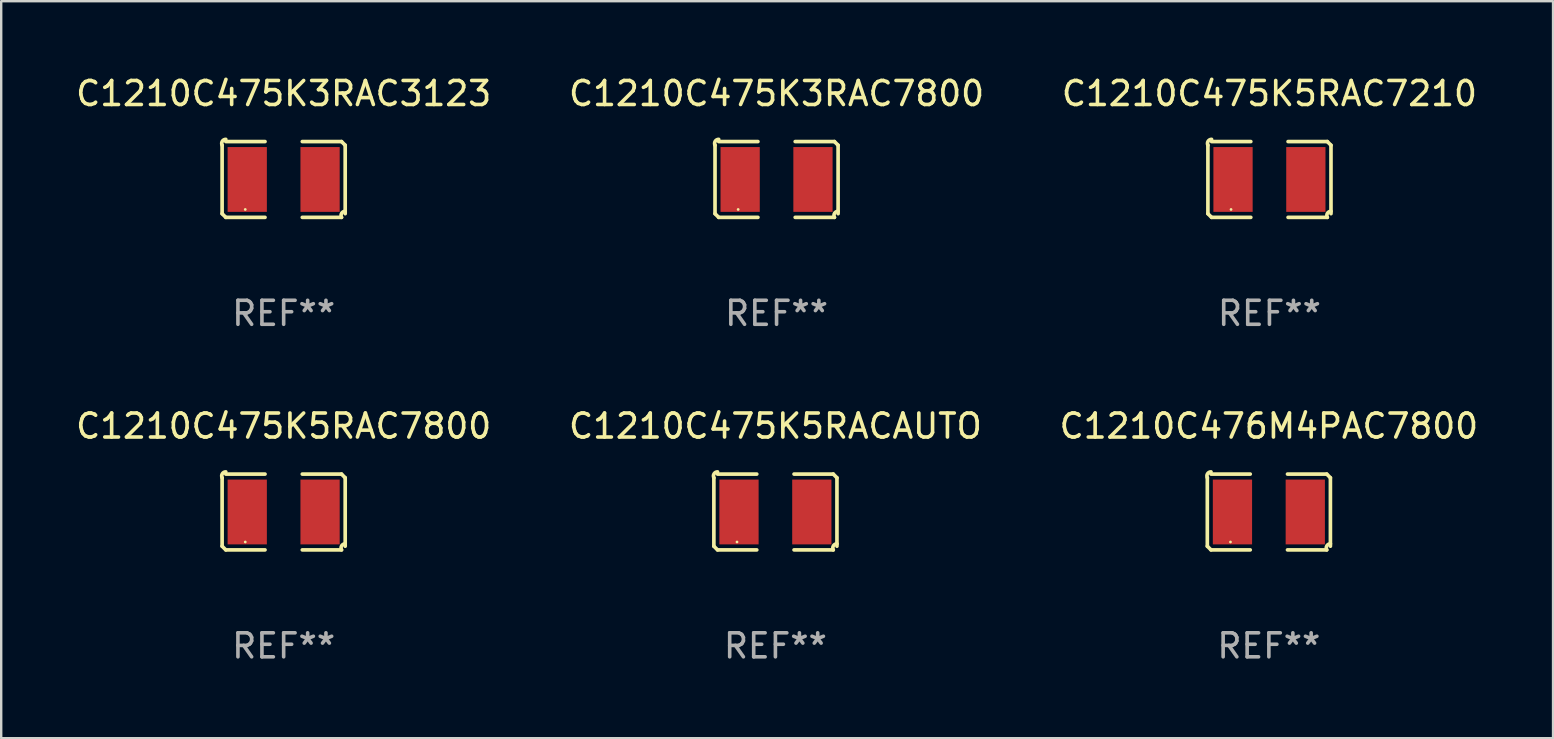
<source format=kicad_pcb>
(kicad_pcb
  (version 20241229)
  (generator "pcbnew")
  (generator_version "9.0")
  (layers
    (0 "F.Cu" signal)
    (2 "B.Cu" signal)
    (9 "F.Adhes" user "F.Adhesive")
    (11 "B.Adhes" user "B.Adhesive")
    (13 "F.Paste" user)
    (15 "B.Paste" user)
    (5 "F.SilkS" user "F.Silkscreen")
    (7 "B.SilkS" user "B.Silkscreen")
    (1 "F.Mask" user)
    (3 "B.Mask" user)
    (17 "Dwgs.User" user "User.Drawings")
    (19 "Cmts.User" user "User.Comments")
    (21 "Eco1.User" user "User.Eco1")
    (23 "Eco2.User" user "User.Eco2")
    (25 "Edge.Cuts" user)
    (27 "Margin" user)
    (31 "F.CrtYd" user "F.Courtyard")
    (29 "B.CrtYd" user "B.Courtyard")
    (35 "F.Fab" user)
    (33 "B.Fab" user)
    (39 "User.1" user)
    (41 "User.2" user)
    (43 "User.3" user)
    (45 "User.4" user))
  (footprint "C1210C475K5RACAUTO"
    (layer "F.Cu")
    (at 29.256 18.281)
    (property "Reference" "C1210C475K5RACAUTO" (at 0 -3.579 0) (layer "F.SilkS") (effects (font (size 1 1) (thickness 0.15))))
    (attr through_hole)
    (fp_line (start -2.564 1.426) (end -2.564 -1.426) (stroke (width 0.152) (type solid)) (layer "F.SilkS"))
    (fp_line (start -2.411 -1.579) (end -0.776 -1.579) (stroke (width 0.152) (type solid)) (layer "F.SilkS"))
    (fp_line (start -0.776 1.579) (end -2.411 1.579) (stroke (width 0.152) (type solid)) (layer "F.SilkS"))
    (fp_line (start 0.776 1.579) (end 2.411 1.579) (stroke (width 0.152) (type solid)) (layer "F.SilkS"))
    (fp_line (start 2.411 -1.579) (end 0.776 -1.579) (stroke (width 0.152) (type solid)) (layer "F.SilkS"))
    (fp_line (start 2.564 1.426) (end 2.564 -1.426) (stroke (width 0.152) (type solid)) (layer "F.SilkS"))
    (fp_arc (start -2.563602 -1.426213) (mid -2.555597 -1.591233) (end -2.411201 -1.671518) (stroke (width 0.1524) (type solid)) (layer "F.SilkS"))
    (fp_arc (start -2.5636 1.426214) (mid -2.487389 1.502402) (end -2.411201 1.578613) (stroke (width 0.1524) (type solid)) (layer "F.SilkS"))
    (fp_arc (start 2.411197 -1.578618) (mid 2.487403 -1.502419) (end 2.563602 -1.426213) (stroke (width 0.1524) (type solid)) (layer "F.SilkS"))
    (fp_arc (start 2.411201 1.578613) (mid 2.416214 1.409455) (end 2.563602 1.32629) (stroke (width 0.1524) (type solid)) (layer "F.SilkS"))
    (fp_circle (center -1.6 1.25) (end -1.57 1.25) (stroke (width 0.06) (type solid)) (fill no) (layer "F.SilkS"))
    (fp_text user "REF**" (at 0 5.579 0) (layer "F.Fab") (effects (font (size 1 1) (thickness 0.15))))
    (pad "1" smd rect (at -1.517 0) (size 1.635 2.7) (layers "F.Cu" "F.Mask" "F.Paste"))
    (pad "2" smd rect (at 1.517 0) (size 1.635 2.7) (layers "F.Cu" "F.Mask" "F.Paste")))
  (footprint "C1210C475K3RAC3123"
    (layer "F.Cu")
    (at 8.768 4.427)
    (property "Reference" "C1210C475K3RAC3123" (at 0 -3.579 0) (layer "F.SilkS") (effects (font (size 1 1) (thickness 0.15))))
    (attr through_hole)
    (fp_line (start -2.564 1.426) (end -2.564 -1.426) (stroke (width 0.152) (type solid)) (layer "F.SilkS"))
    (fp_line (start -2.411 -1.579) (end -0.776 -1.579) (stroke (width 0.152) (type solid)) (layer "F.SilkS"))
    (fp_line (start -0.776 1.579) (end -2.411 1.579) (stroke (width 0.152) (type solid)) (layer "F.SilkS"))
    (fp_line (start 0.776 1.579) (end 2.411 1.579) (stroke (width 0.152) (type solid)) (layer "F.SilkS"))
    (fp_line (start 2.411 -1.579) (end 0.776 -1.579) (stroke (width 0.152) (type solid)) (layer "F.SilkS"))
    (fp_line (start 2.564 1.426) (end 2.564 -1.426) (stroke (width 0.152) (type solid)) (layer "F.SilkS"))
    (fp_arc (start -2.563602 -1.426213) (mid -2.555597 -1.591233) (end -2.411201 -1.671518) (stroke (width 0.1524) (type solid)) (layer "F.SilkS"))
    (fp_arc (start -2.5636 1.426214) (mid -2.487389 1.502402) (end -2.411201 1.578613) (stroke (width 0.1524) (type solid)) (layer "F.SilkS"))
    (fp_arc (start 2.411197 -1.578618) (mid 2.487403 -1.502419) (end 2.563602 -1.426213) (stroke (width 0.1524) (type solid)) (layer "F.SilkS"))
    (fp_arc (start 2.411201 1.578613) (mid 2.416214 1.409455) (end 2.563602 1.32629) (stroke (width 0.1524) (type solid)) (layer "F.SilkS"))
    (fp_circle (center -1.6 1.25) (end -1.57 1.25) (stroke (width 0.06) (type solid)) (fill no) (layer "F.SilkS"))
    (fp_text user "REF**" (at 0 5.579 0) (layer "F.Fab") (effects (font (size 1 1) (thickness 0.15))))
    (pad "1" smd rect (at -1.517 0) (size 1.635 2.7) (layers "F.Cu" "F.Mask" "F.Paste"))
    (pad "2" smd rect (at 1.517 0) (size 1.635 2.7) (layers "F.Cu" "F.Mask" "F.Paste")))
  (footprint "C1210C475K5RAC7210"
    (layer "F.Cu")
    (at 49.839 4.427)
    (property "Reference" "C1210C475K5RAC7210" (at 0 -3.579 0) (layer "F.SilkS") (effects (font (size 1 1) (thickness 0.15))))
    (attr through_hole)
    (fp_line (start -2.564 1.426) (end -2.564 -1.426) (stroke (width 0.152) (type solid)) (layer "F.SilkS"))
    (fp_line (start -2.411 -1.579) (end -0.776 -1.579) (stroke (width 0.152) (type solid)) (layer "F.SilkS"))
    (fp_line (start -0.776 1.579) (end -2.411 1.579) (stroke (width 0.152) (type solid)) (layer "F.SilkS"))
    (fp_line (start 0.776 1.579) (end 2.411 1.579) (stroke (width 0.152) (type solid)) (layer "F.SilkS"))
    (fp_line (start 2.411 -1.579) (end 0.776 -1.579) (stroke (width 0.152) (type solid)) (layer "F.SilkS"))
    (fp_line (start 2.564 1.426) (end 2.564 -1.426) (stroke (width 0.152) (type solid)) (layer "F.SilkS"))
    (fp_arc (start -2.563602 -1.426213) (mid -2.555597 -1.591233) (end -2.411201 -1.671518) (stroke (width 0.1524) (type solid)) (layer "F.SilkS"))
    (fp_arc (start -2.5636 1.426214) (mid -2.487389 1.502402) (end -2.411201 1.578613) (stroke (width 0.1524) (type solid)) (layer "F.SilkS"))
    (fp_arc (start 2.411197 -1.578618) (mid 2.487403 -1.502419) (end 2.563602 -1.426213) (stroke (width 0.1524) (type solid)) (layer "F.SilkS"))
    (fp_arc (start 2.411201 1.578613) (mid 2.416214 1.409455) (end 2.563602 1.32629) (stroke (width 0.1524) (type solid)) (layer "F.SilkS"))
    (fp_circle (center -1.6 1.25) (end -1.57 1.25) (stroke (width 0.06) (type solid)) (fill no) (layer "F.SilkS"))
    (fp_text user "REF**" (at 0 5.579 0) (layer "F.Fab") (effects (font (size 1 1) (thickness 0.15))))
    (pad "1" smd rect (at -1.517 0) (size 1.635 2.7) (layers "F.Cu" "F.Mask" "F.Paste"))
    (pad "2" smd rect (at 1.517 0) (size 1.635 2.7) (layers "F.Cu" "F.Mask" "F.Paste")))
  (footprint "C1210C475K3RAC7800"
    (layer "F.Cu")
    (at 29.304 4.427)
    (property "Reference" "C1210C475K3RAC7800" (at 0 -3.579 0) (layer "F.SilkS") (effects (font (size 1 1) (thickness 0.15))))
    (attr through_hole)
    (fp_line (start -2.564 1.426) (end -2.564 -1.426) (stroke (width 0.152) (type solid)) (layer "F.SilkS"))
    (fp_line (start -2.411 -1.579) (end -0.776 -1.579) (stroke (width 0.152) (type solid)) (layer "F.SilkS"))
    (fp_line (start -0.776 1.579) (end -2.411 1.579) (stroke (width 0.152) (type solid)) (layer "F.SilkS"))
    (fp_line (start 0.776 1.579) (end 2.411 1.579) (stroke (width 0.152) (type solid)) (layer "F.SilkS"))
    (fp_line (start 2.411 -1.579) (end 0.776 -1.579) (stroke (width 0.152) (type solid)) (layer "F.SilkS"))
    (fp_line (start 2.564 1.426) (end 2.564 -1.426) (stroke (width 0.152) (type solid)) (layer "F.SilkS"))
    (fp_arc (start -2.563602 -1.426213) (mid -2.555597 -1.591233) (end -2.411201 -1.671518) (stroke (width 0.1524) (type solid)) (layer "F.SilkS"))
    (fp_arc (start -2.5636 1.426214) (mid -2.487389 1.502402) (end -2.411201 1.578613) (stroke (width 0.1524) (type solid)) (layer "F.SilkS"))
    (fp_arc (start 2.411197 -1.578618) (mid 2.487403 -1.502419) (end 2.563602 -1.426213) (stroke (width 0.1524) (type solid)) (layer "F.SilkS"))
    (fp_arc (start 2.411201 1.578613) (mid 2.416214 1.409455) (end 2.563602 1.32629) (stroke (width 0.1524) (type solid)) (layer "F.SilkS"))
    (fp_circle (center -1.6 1.25) (end -1.57 1.25) (stroke (width 0.06) (type solid)) (fill no) (layer "F.SilkS"))
    (fp_text user "REF**" (at 0 5.579 0) (layer "F.Fab") (effects (font (size 1 1) (thickness 0.15))))
    (pad "1" smd rect (at -1.517 0) (size 1.635 2.7) (layers "F.Cu" "F.Mask" "F.Paste"))
    (pad "2" smd rect (at 1.517 0) (size 1.635 2.7) (layers "F.Cu" "F.Mask" "F.Paste")))
  (footprint "C1210C476M4PAC7800"
    (layer "F.Cu")
    (at 49.815 18.281)
    (property "Reference" "C1210C476M4PAC7800" (at 0 -3.579 0) (layer "F.SilkS") (effects (font (size 1 1) (thickness 0.15))))
    (attr through_hole)
    (fp_line (start -2.564 1.426) (end -2.564 -1.426) (stroke (width 0.152) (type solid)) (layer "F.SilkS"))
    (fp_line (start -2.411 -1.579) (end -0.776 -1.579) (stroke (width 0.152) (type solid)) (layer "F.SilkS"))
    (fp_line (start -0.776 1.579) (end -2.411 1.579) (stroke (width 0.152) (type solid)) (layer "F.SilkS"))
    (fp_line (start 0.776 1.579) (end 2.411 1.579) (stroke (width 0.152) (type solid)) (layer "F.SilkS"))
    (fp_line (start 2.411 -1.579) (end 0.776 -1.579) (stroke (width 0.152) (type solid)) (layer "F.SilkS"))
    (fp_line (start 2.564 1.426) (end 2.564 -1.426) (stroke (width 0.152) (type solid)) (layer "F.SilkS"))
    (fp_arc (start -2.563602 -1.426213) (mid -2.555597 -1.591233) (end -2.411201 -1.671518) (stroke (width 0.1524) (type solid)) (layer "F.SilkS"))
    (fp_arc (start -2.5636 1.426214) (mid -2.487389 1.502402) (end -2.411201 1.578613) (stroke (width 0.1524) (type solid)) (layer "F.SilkS"))
    (fp_arc (start 2.411197 -1.578618) (mid 2.487403 -1.502419) (end 2.563602 -1.426213) (stroke (width 0.1524) (type solid)) (layer "F.SilkS"))
    (fp_arc (start 2.411201 1.578613) (mid 2.416214 1.409455) (end 2.563602 1.32629) (stroke (width 0.1524) (type solid)) (layer "F.SilkS"))
    (fp_circle (center -1.6 1.25) (end -1.57 1.25) (stroke (width 0.06) (type solid)) (fill no) (layer "F.SilkS"))
    (fp_text user "REF**" (at 0 5.579 0) (layer "F.Fab") (effects (font (size 1 1) (thickness 0.15))))
    (pad "1" smd rect (at -1.517 0) (size 1.635 2.7) (layers "F.Cu" "F.Mask" "F.Paste"))
    (pad "2" smd rect (at 1.517 0) (size 1.635 2.7) (layers "F.Cu" "F.Mask" "F.Paste")))
  (footprint "C1210C475K5RAC7800"
    (layer "F.Cu")
    (at 8.768 18.281)
    (property "Reference" "C1210C475K5RAC7800" (at 0 -3.579 0) (layer "F.SilkS") (effects (font (size 1 1) (thickness 0.15))))
    (attr through_hole)
    (fp_line (start -2.564 1.426) (end -2.564 -1.426) (stroke (width 0.152) (type solid)) (layer "F.SilkS"))
    (fp_line (start -2.411 -1.579) (end -0.776 -1.579) (stroke (width 0.152) (type solid)) (layer "F.SilkS"))
    (fp_line (start -0.776 1.579) (end -2.411 1.579) (stroke (width 0.152) (type solid)) (layer "F.SilkS"))
    (fp_line (start 0.776 1.579) (end 2.411 1.579) (stroke (width 0.152) (type solid)) (layer "F.SilkS"))
    (fp_line (start 2.411 -1.579) (end 0.776 -1.579) (stroke (width 0.152) (type solid)) (layer "F.SilkS"))
    (fp_line (start 2.564 1.426) (end 2.564 -1.426) (stroke (width 0.152) (type solid)) (layer "F.SilkS"))
    (fp_arc (start -2.563602 -1.426213) (mid -2.555597 -1.591233) (end -2.411201 -1.671518) (stroke (width 0.1524) (type solid)) (layer "F.SilkS"))
    (fp_arc (start -2.5636 1.426214) (mid -2.487389 1.502402) (end -2.411201 1.578613) (stroke (width 0.1524) (type solid)) (layer "F.SilkS"))
    (fp_arc (start 2.411197 -1.578618) (mid 2.487403 -1.502419) (end 2.563602 -1.426213) (stroke (width 0.1524) (type solid)) (layer "F.SilkS"))
    (fp_arc (start 2.411201 1.578613) (mid 2.416214 1.409455) (end 2.563602 1.32629) (stroke (width 0.1524) (type solid)) (layer "F.SilkS"))
    (fp_circle (center -1.6 1.25) (end -1.57 1.25) (stroke (width 0.06) (type solid)) (fill no) (layer "F.SilkS"))
    (fp_text user "REF**" (at 0 5.579 0) (layer "F.Fab") (effects (font (size 1 1) (thickness 0.15))))
    (pad "1" smd rect (at -1.517 0) (size 1.635 2.7) (layers "F.Cu" "F.Mask" "F.Paste"))
    (pad "2" smd rect (at 1.517 0) (size 1.635 2.7) (layers "F.Cu" "F.Mask" "F.Paste")))
  (gr_rect
    (start -3 -3)
    (end 61.655 27.707)
    (stroke (width 0.1) (type default))
    (fill no)
    (layer "Edge.Cuts")))
</source>
